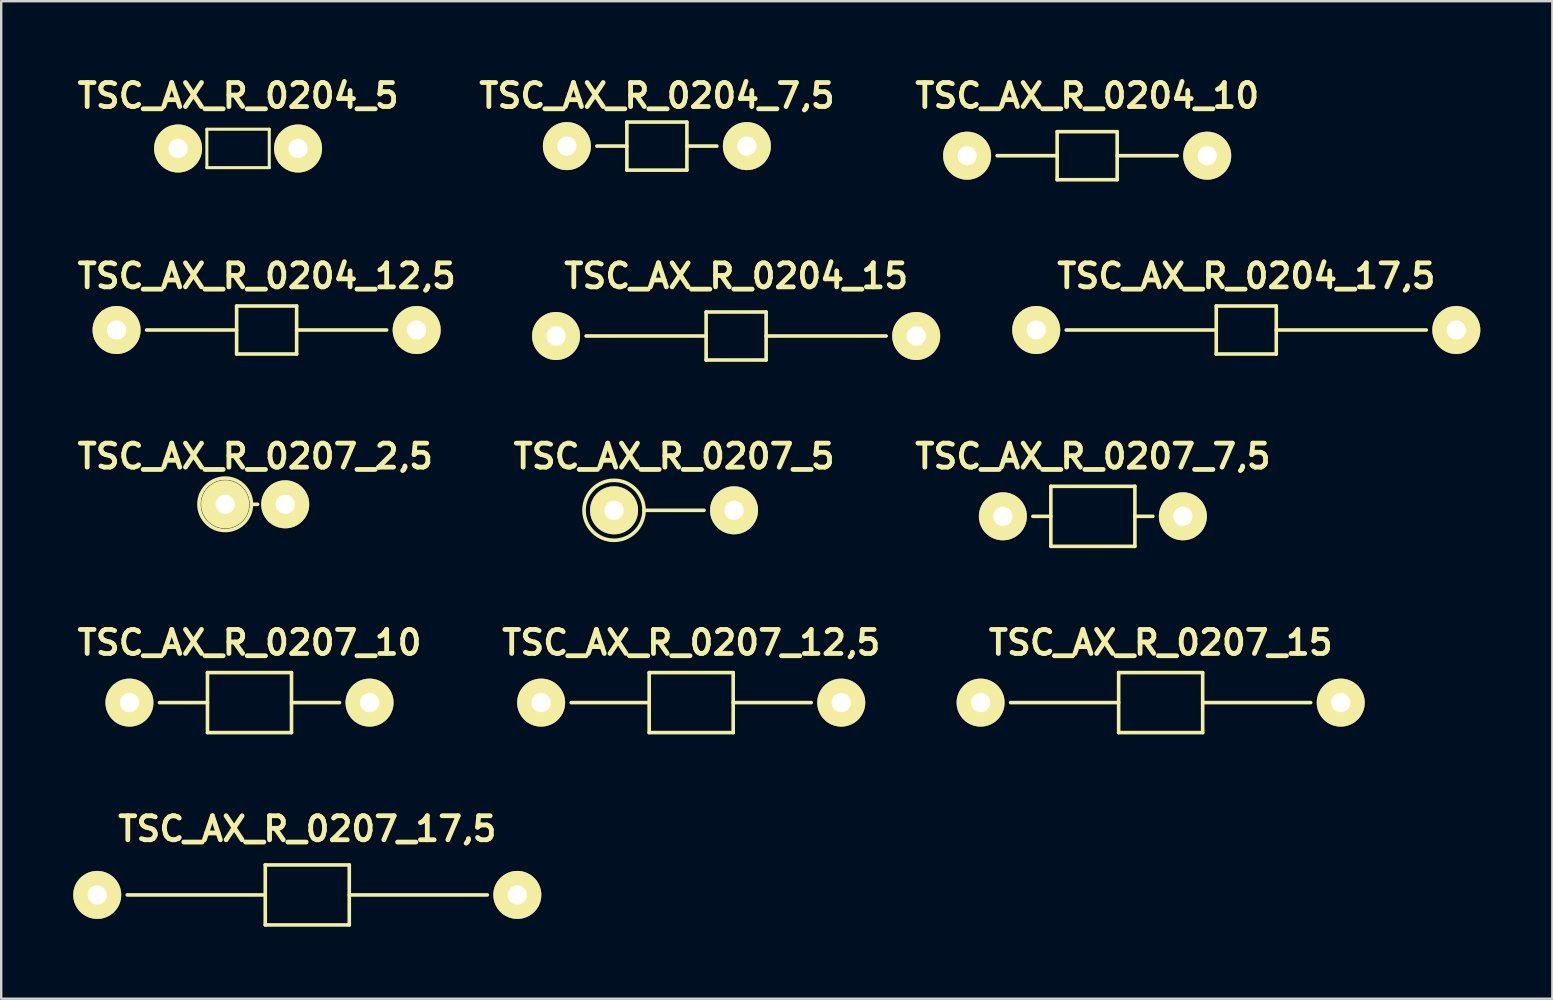
<source format=kicad_pcb>
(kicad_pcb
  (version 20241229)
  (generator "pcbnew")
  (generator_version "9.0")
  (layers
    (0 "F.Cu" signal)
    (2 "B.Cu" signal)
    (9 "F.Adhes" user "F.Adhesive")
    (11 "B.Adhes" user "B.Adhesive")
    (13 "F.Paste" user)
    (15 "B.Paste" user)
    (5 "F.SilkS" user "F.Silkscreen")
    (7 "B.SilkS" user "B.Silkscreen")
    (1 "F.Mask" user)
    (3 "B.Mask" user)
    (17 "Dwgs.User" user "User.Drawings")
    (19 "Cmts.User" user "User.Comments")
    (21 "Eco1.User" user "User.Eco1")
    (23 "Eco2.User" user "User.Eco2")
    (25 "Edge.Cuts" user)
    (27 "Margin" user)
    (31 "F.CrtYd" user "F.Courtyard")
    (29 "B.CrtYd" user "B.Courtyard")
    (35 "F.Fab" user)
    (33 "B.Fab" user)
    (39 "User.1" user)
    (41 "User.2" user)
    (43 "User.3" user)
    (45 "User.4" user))
  (footprint "TSC_AX_R_0204_15"
    (layer "F.Cu")
    (at 27.615 10.947)
    (property "Reference" "TSC_AX_R_0204_15" (at 0 -2.5 0) (layer "F.SilkS") (effects (font (size 1 1) (thickness 0.2))))
    (attr through_hole)
    (fp_line (start -1.25 -1) (end 1.25 -1) (stroke (width 0.15) (type solid)) (layer "F.SilkS"))
    (fp_line (start -1.25 0) (end -6.25 0) (stroke (width 0.15) (type solid)) (layer "F.SilkS"))
    (fp_line (start -1.25 1) (end -1.25 -1) (stroke (width 0.15) (type solid)) (layer "F.SilkS"))
    (fp_line (start 1.25 -1) (end 1.25 1) (stroke (width 0.15) (type solid)) (layer "F.SilkS"))
    (fp_line (start 1.25 1) (end -1.25 1) (stroke (width 0.15) (type solid)) (layer "F.SilkS"))
    (fp_line (start 6.25 0) (end 1.25 0) (stroke (width 0.15) (type solid)) (layer "F.SilkS"))
    (pad "1" thru_hole circle (at -7.501 0) (size 2 2) (drill 0.8) (layers "*.Cu" "*.Mask" "F.SilkS"))
    (pad "2" thru_hole circle (at 7.501 0) (size 2 2) (drill 0.8) (layers "*.Cu" "*.Mask" "F.SilkS")))
  (footprint "TSC_AX_R_0207_12,5"
    (layer "F.Cu")
    (at 25.743 26.219)
    (property "Reference" "TSC_AX_R_0207_12,5" (at 0 -2.5 0) (layer "F.SilkS") (effects (font (size 1 1) (thickness 0.2))))
    (attr through_hole)
    (fp_line (start -1.75 -1.25) (end 1.75 -1.25) (stroke (width 0.15) (type solid)) (layer "F.SilkS"))
    (fp_line (start -1.75 0) (end -5 0) (stroke (width 0.15) (type solid)) (layer "F.SilkS"))
    (fp_line (start -1.75 1.25) (end -1.75 -1.25) (stroke (width 0.15) (type solid)) (layer "F.SilkS"))
    (fp_line (start 1.75 -1.25) (end 1.75 1.25) (stroke (width 0.15) (type solid)) (layer "F.SilkS"))
    (fp_line (start 1.75 0) (end 5 0) (stroke (width 0.15) (type solid)) (layer "F.SilkS"))
    (fp_line (start 1.75 1.25) (end -1.75 1.25) (stroke (width 0.15) (type solid)) (layer "F.SilkS"))
    (pad "1" thru_hole circle (at -6.251 0) (size 1.999 1.999) (drill 0.8) (layers "*.Cu" "*.Mask" "F.SilkS"))
    (pad "2" thru_hole circle (at 6.251 0) (size 1.999 1.999) (drill 0.8) (layers "*.Cu" "*.Mask" "F.SilkS")))
  (footprint "TSC_AX_R_0207_7,5"
    (layer "F.Cu")
    (at 42.476 18.458)
    (property "Reference" "TSC_AX_R_0207_7,5" (at 0 -2.5 0) (layer "F.SilkS") (effects (font (size 1 1) (thickness 0.2))))
    (attr through_hole)
    (fp_line (start -1.75 -1.25) (end 1.75 -1.25) (stroke (width 0.15) (type solid)) (layer "F.SilkS"))
    (fp_line (start -1.75 0) (end -2.5 0) (stroke (width 0.15) (type solid)) (layer "F.SilkS"))
    (fp_line (start -1.75 1.25) (end -1.75 -1.25) (stroke (width 0.15) (type solid)) (layer "F.SilkS"))
    (fp_line (start 1.75 -1.25) (end 1.75 1.25) (stroke (width 0.15) (type solid)) (layer "F.SilkS"))
    (fp_line (start 1.75 0) (end 2.5 0) (stroke (width 0.15) (type solid)) (layer "F.SilkS"))
    (fp_line (start 1.75 1.25) (end -1.75 1.25) (stroke (width 0.15) (type solid)) (layer "F.SilkS"))
    (pad "1" thru_hole circle (at -3.749 0) (size 1.999 1.999) (drill 0.8) (layers "*.Cu" "*.Mask" "F.SilkS"))
    (pad "2" thru_hole circle (at 3.749 0) (size 1.999 1.999) (drill 0.8) (layers "*.Cu" "*.Mask" "F.SilkS")))
  (footprint "TSC_AX_R_0207_15"
    (layer "F.Cu")
    (at 45.3 26.219)
    (property "Reference" "TSC_AX_R_0207_15" (at 0 -2.5 0) (layer "F.SilkS") (effects (font (size 1 1) (thickness 0.2))))
    (attr through_hole)
    (fp_line (start -1.75 -1.25) (end 1.75 -1.25) (stroke (width 0.15) (type solid)) (layer "F.SilkS"))
    (fp_line (start -1.75 0) (end -6.25 0) (stroke (width 0.15) (type solid)) (layer "F.SilkS"))
    (fp_line (start -1.75 1.25) (end -1.75 -1.25) (stroke (width 0.15) (type solid)) (layer "F.SilkS"))
    (fp_line (start 1.75 -1.25) (end 1.75 1.25) (stroke (width 0.15) (type solid)) (layer "F.SilkS"))
    (fp_line (start 1.75 0) (end 6.25 0) (stroke (width 0.15) (type solid)) (layer "F.SilkS"))
    (fp_line (start 1.75 1.25) (end -1.75 1.25) (stroke (width 0.15) (type solid)) (layer "F.SilkS"))
    (pad "1" thru_hole circle (at -7.501 0) (size 1.999 1.999) (drill 0.8) (layers "*.Cu" "*.Mask" "F.SilkS"))
    (pad "2" thru_hole circle (at 7.501 0) (size 1.999 1.999) (drill 0.8) (layers "*.Cu" "*.Mask" "F.SilkS")))
  (footprint "TSC_AX_R_0207_17,5"
    (layer "F.Cu")
    (at 9.75 34.23)
    (property "Reference" "TSC_AX_R_0207_17,5" (at 0 -2.75 0) (layer "F.SilkS") (effects (font (size 1 1) (thickness 0.2))))
    (attr through_hole)
    (fp_line (start -1.75 -1.25) (end 1.75 -1.25) (stroke (width 0.15) (type solid)) (layer "F.SilkS"))
    (fp_line (start -1.75 0) (end -7.5 0) (stroke (width 0.15) (type solid)) (layer "F.SilkS"))
    (fp_line (start -1.75 1.25) (end -1.75 -1.25) (stroke (width 0.15) (type solid)) (layer "F.SilkS"))
    (fp_line (start 1.75 -1.25) (end 1.75 1.25) (stroke (width 0.15) (type solid)) (layer "F.SilkS"))
    (fp_line (start 1.75 0) (end 7.5 0) (stroke (width 0.15) (type solid)) (layer "F.SilkS"))
    (fp_line (start 1.75 1.25) (end -1.75 1.25) (stroke (width 0.15) (type solid)) (layer "F.SilkS"))
    (pad "1" thru_hole circle (at -8.75 0) (size 1.999 1.999) (drill 0.8) (layers "*.Cu" "*.Mask" "F.SilkS"))
    (pad "2" thru_hole circle (at 8.75 0) (size 1.999 1.999) (drill 0.8) (layers "*.Cu" "*.Mask" "F.SilkS")))
  (footprint "TSC_AX_R_0204_5"
    (layer "F.Cu")
    (at 6.867 3.136)
    (property "Reference" "TSC_AX_R_0204_5" (at 0 -2.2 0) (layer "F.SilkS") (effects (font (size 1 1) (thickness 0.2))))
    (attr through_hole)
    (fp_line (start -1.3 -0.803) (end 1.3 -0.803) (stroke (width 0.127) (type solid)) (layer "F.SilkS"))
    (fp_line (start -1.3 0.798) (end -1.3 -0.803) (stroke (width 0.127) (type solid)) (layer "F.SilkS"))
    (fp_line (start 1.3 -0.803) (end 1.3 0.798) (stroke (width 0.127) (type solid)) (layer "F.SilkS"))
    (fp_line (start 1.3 0.798) (end -1.3 0.798) (stroke (width 0.127) (type solid)) (layer "F.SilkS"))
    (pad "1" thru_hole circle (at -2.499 0) (size 2 2) (drill 0.8) (layers "*.Cu" "*.Mask" "F.SilkS"))
    (pad "2" thru_hole circle (at 2.499 0) (size 2 2) (drill 0.8) (layers "*.Cu" "*.Mask" "F.SilkS")))
  (footprint "TSC_AX_R_0204_17,5"
    (layer "F.Cu")
    (at 48.866 10.697)
    (property "Reference" "TSC_AX_R_0204_17,5" (at 0 -2.25 0) (layer "F.SilkS") (effects (font (size 1 1) (thickness 0.2))))
    (attr through_hole)
    (fp_line (start -1.25 -1) (end 1.25 -1) (stroke (width 0.15) (type solid)) (layer "F.SilkS"))
    (fp_line (start -1.25 0) (end -7.5 0) (stroke (width 0.15) (type solid)) (layer "F.SilkS"))
    (fp_line (start -1.25 1) (end -1.25 -1) (stroke (width 0.15) (type solid)) (layer "F.SilkS"))
    (fp_line (start 1.25 -1) (end 1.25 1) (stroke (width 0.15) (type solid)) (layer "F.SilkS"))
    (fp_line (start 1.25 0) (end 7.5 0) (stroke (width 0.15) (type solid)) (layer "F.SilkS"))
    (fp_line (start 1.25 1) (end -1.25 1) (stroke (width 0.15) (type solid)) (layer "F.SilkS"))
    (pad "1" thru_hole circle (at -8.75 0) (size 2 2) (drill 0.8) (layers "*.Cu" "*.Mask" "F.SilkS"))
    (pad "2" thru_hole circle (at 8.75 0) (size 2 2) (drill 0.8) (layers "*.Cu" "*.Mask" "F.SilkS")))
  (footprint "TSC_AX_R_0207_5"
    (layer "F.Cu")
    (at 25.029 18.208)
    (property "Reference" "TSC_AX_R_0207_5" (at 0 -2.25 0) (layer "F.SilkS") (effects (font (size 1 1) (thickness 0.2))))
    (attr through_hole)
    (fp_line (start -1.25 0) (end 1.25 0) (stroke (width 0.15) (type solid)) (layer "F.SilkS"))
    (fp_circle (center -2.5 0) (end -1.25 0) (stroke (width 0.15) (type solid)) (fill no) (layer "F.SilkS"))
    (fp_circle (center -2.499 0) (end -2.349 0) (stroke (width 0.127) (type solid)) (fill no) (layer "F.SilkS"))
    (pad "1" thru_hole circle (at -2.499 0) (size 1.999 1.999) (drill 0.8) (layers "*.Cu" "*.Mask" "F.SilkS"))
    (pad "2" thru_hole circle (at 2.499 0) (size 1.999 1.999) (drill 0.8) (layers "*.Cu" "*.Mask" "F.SilkS")))
  (footprint "TSC_AX_R_0204_10"
    (layer "F.Cu")
    (at 42.238 3.436)
    (property "Reference" "TSC_AX_R_0204_10" (at 0 -2.5 0) (layer "F.SilkS") (effects (font (size 1 1) (thickness 0.2))))
    (attr through_hole)
    (fp_line (start -1.25 -1) (end 1.25 -1) (stroke (width 0.15) (type solid)) (layer "F.SilkS"))
    (fp_line (start -1.25 0) (end -3.75 0) (stroke (width 0.15) (type solid)) (layer "F.SilkS"))
    (fp_line (start -1.25 1) (end -1.25 -1) (stroke (width 0.15) (type solid)) (layer "F.SilkS"))
    (fp_line (start 1.25 -1) (end 1.25 1) (stroke (width 0.15) (type solid)) (layer "F.SilkS"))
    (fp_line (start 1.25 0) (end 3.75 0) (stroke (width 0.15) (type solid)) (layer "F.SilkS"))
    (fp_line (start 1.25 1) (end -1.25 1) (stroke (width 0.15) (type solid)) (layer "F.SilkS"))
    (pad "1" thru_hole circle (at -5.001 0) (size 2 2) (drill 0.8) (layers "*.Cu" "*.Mask" "F.SilkS"))
    (pad "2" thru_hole circle (at 5.001 0) (size 2 2) (drill 0.8) (layers "*.Cu" "*.Mask" "F.SilkS")))
  (footprint "TSC_AX_R_0204_7,5"
    (layer "F.Cu")
    (at 24.314 3.036)
    (property "Reference" "TSC_AX_R_0204_7,5" (at 0 -2.1 0) (layer "F.SilkS") (effects (font (size 1 1) (thickness 0.2))))
    (attr through_hole)
    (fp_line (start -1.25 -1) (end 1.25 -1) (stroke (width 0.15) (type solid)) (layer "F.SilkS"))
    (fp_line (start -1.25 0) (end -2.5 0) (stroke (width 0.15) (type solid)) (layer "F.SilkS"))
    (fp_line (start -1.25 1) (end -1.25 -1) (stroke (width 0.15) (type solid)) (layer "F.SilkS"))
    (fp_line (start 1.25 -1) (end 1.25 1) (stroke (width 0.15) (type solid)) (layer "F.SilkS"))
    (fp_line (start 1.25 0) (end 2.5 0) (stroke (width 0.15) (type solid)) (layer "F.SilkS"))
    (fp_line (start 1.25 1) (end -1.25 1) (stroke (width 0.15) (type solid)) (layer "F.SilkS"))
    (pad "1" thru_hole circle (at -3.749 0) (size 2 2) (drill 0.8) (layers "*.Cu" "*.Mask" "F.SilkS"))
    (pad "2" thru_hole circle (at 3.749 0) (size 2 2) (drill 0.8) (layers "*.Cu" "*.Mask" "F.SilkS")))
  (footprint "TSC_AX_R_0207_2,5"
    (layer "F.Cu")
    (at 7.581 17.958)
    (property "Reference" "TSC_AX_R_0207_2,5" (at 0 -2 0) (layer "F.SilkS") (effects (font (size 1 1) (thickness 0.2))))
    (attr through_hole)
    (fp_line (start -0.1 0) (end 0.1 0) (stroke (width 0.15) (type solid)) (layer "F.SilkS"))
    (fp_circle (center -1.25 0) (end -0.2 -0.3) (stroke (width 0.15) (type solid)) (fill no) (layer "F.SilkS"))
    (fp_circle (center -1.25 0) (end -1.501 0) (stroke (width 0.254) (type solid)) (fill no) (layer "F.SilkS"))
    (pad "1" thru_hole circle (at -1.25 0) (size 2 2) (drill 0.8) (layers "*.Cu" "*.Mask" "F.SilkS"))
    (pad "2" thru_hole circle (at 1.25 0) (size 2 2) (drill 0.8) (layers "*.Cu" "*.Mask" "F.SilkS")))
  (footprint "TSC_AX_R_0204_12,5"
    (layer "F.Cu")
    (at 8.057 10.697)
    (property "Reference" "TSC_AX_R_0204_12,5" (at 0 -2.25 0) (layer "F.SilkS") (effects (font (size 1 1) (thickness 0.2))))
    (attr through_hole)
    (fp_line (start -1.25 -1) (end 1.25 -1) (stroke (width 0.15) (type solid)) (layer "F.SilkS"))
    (fp_line (start -1.25 0) (end -5 0) (stroke (width 0.15) (type solid)) (layer "F.SilkS"))
    (fp_line (start -1.25 1) (end -1.25 -1) (stroke (width 0.15) (type solid)) (layer "F.SilkS"))
    (fp_line (start 1.25 -1) (end 1.25 1) (stroke (width 0.15) (type solid)) (layer "F.SilkS"))
    (fp_line (start 1.25 0) (end 5 0) (stroke (width 0.15) (type solid)) (layer "F.SilkS"))
    (fp_line (start 1.25 1) (end -1.25 1) (stroke (width 0.15) (type solid)) (layer "F.SilkS"))
    (pad "1" thru_hole circle (at -6.251 0) (size 2 2) (drill 0.8) (layers "*.Cu" "*.Mask" "F.SilkS"))
    (pad "2" thru_hole circle (at 6.251 0) (size 2 2) (drill 0.8) (layers "*.Cu" "*.Mask" "F.SilkS")))
  (footprint "TSC_AX_R_0207_10"
    (layer "F.Cu")
    (at 7.343 26.219)
    (property "Reference" "TSC_AX_R_0207_10" (at 0 -2.5 0) (layer "F.SilkS") (effects (font (size 1 1) (thickness 0.2))))
    (attr through_hole)
    (fp_line (start -1.75 -1.25) (end 1.75 -1.25) (stroke (width 0.15) (type solid)) (layer "F.SilkS"))
    (fp_line (start -1.75 0) (end -3.75 0) (stroke (width 0.15) (type solid)) (layer "F.SilkS"))
    (fp_line (start -1.75 1.25) (end -1.75 -1.25) (stroke (width 0.15) (type solid)) (layer "F.SilkS"))
    (fp_line (start 1.75 -1.25) (end 1.75 1.25) (stroke (width 0.15) (type solid)) (layer "F.SilkS"))
    (fp_line (start 1.75 0) (end 3.75 0) (stroke (width 0.15) (type solid)) (layer "F.SilkS"))
    (fp_line (start 1.75 1.25) (end -1.75 1.25) (stroke (width 0.15) (type solid)) (layer "F.SilkS"))
    (pad "1" thru_hole circle (at -5.001 0) (size 1.999 1.999) (drill 0.8) (layers "*.Cu" "*.Mask" "F.SilkS"))
    (pad "2" thru_hole circle (at 5.001 0) (size 1.999 1.999) (drill 0.8) (layers "*.Cu" "*.Mask" "F.SilkS")))
  (gr_rect
    (start -3 -3)
    (end 61.616 38.555)
    (stroke (width 0.1) (type default))
    (fill no)
    (layer "Edge.Cuts")))
</source>
